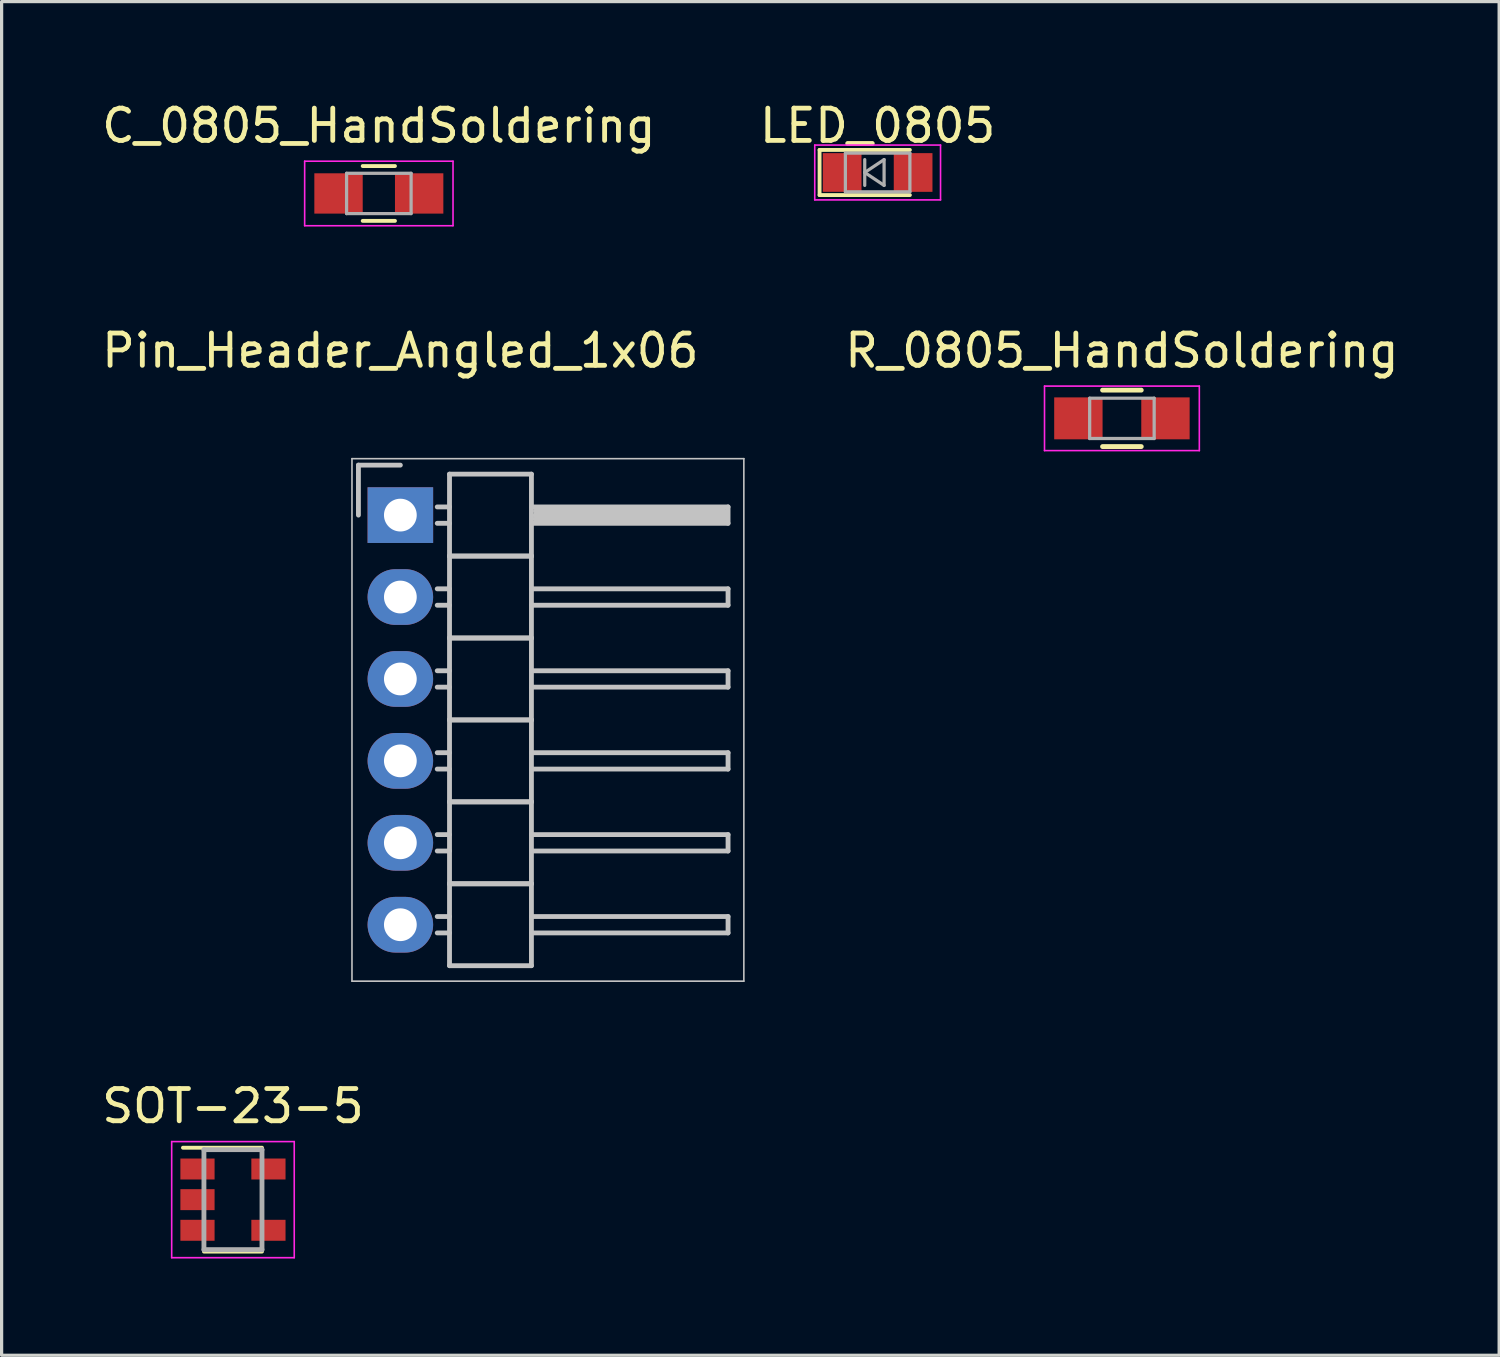
<source format=kicad_pcb>
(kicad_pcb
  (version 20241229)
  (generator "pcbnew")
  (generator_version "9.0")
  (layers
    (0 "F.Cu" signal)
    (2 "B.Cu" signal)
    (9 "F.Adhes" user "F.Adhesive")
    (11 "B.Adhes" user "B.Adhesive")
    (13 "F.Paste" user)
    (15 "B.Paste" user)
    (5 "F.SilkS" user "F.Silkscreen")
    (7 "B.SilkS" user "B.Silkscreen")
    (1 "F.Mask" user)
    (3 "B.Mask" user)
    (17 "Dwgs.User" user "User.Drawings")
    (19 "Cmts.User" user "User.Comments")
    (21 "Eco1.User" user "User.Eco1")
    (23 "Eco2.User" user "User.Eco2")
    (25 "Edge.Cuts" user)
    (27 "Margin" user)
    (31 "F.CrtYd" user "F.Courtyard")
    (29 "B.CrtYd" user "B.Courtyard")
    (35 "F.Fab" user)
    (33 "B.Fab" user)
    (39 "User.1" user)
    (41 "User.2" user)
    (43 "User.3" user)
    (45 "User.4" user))
  (footprint "Pin_Header_Angled_1x06"
    (layer "F.Cu")
    (at 9.363 12.921)
    (property "Reference" "Pin_Header_Angled_1x06" (at 0 -5.1 0) (layer "F.SilkS") (effects (font (size 1 1) (thickness 0.15))))
    (attr through_hole)
    (fp_line (start -1.5 -1.75) (end -1.5 14.45) (stroke (width 0.05) (type solid)) (layer "Dwgs.User"))
    (fp_line (start -1.5 -1.75) (end 10.65 -1.75) (stroke (width 0.05) (type solid)) (layer "Dwgs.User"))
    (fp_line (start -1.5 14.45) (end 10.65 14.45) (stroke (width 0.05) (type solid)) (layer "Dwgs.User"))
    (fp_line (start -1.3 -1.55) (end -1.3 0) (stroke (width 0.15) (type solid)) (layer "Dwgs.User"))
    (fp_line (start 0 -1.55) (end -1.3 -1.55) (stroke (width 0.15) (type solid)) (layer "Dwgs.User"))
    (fp_line (start 1.524 -1.27) (end 1.524 1.27) (stroke (width 0.15) (type solid)) (layer "Dwgs.User"))
    (fp_line (start 1.524 -1.27) (end 4.064 -1.27) (stroke (width 0.15) (type solid)) (layer "Dwgs.User"))
    (fp_line (start 1.524 -0.254) (end 1.143 -0.254) (stroke (width 0.15) (type solid)) (layer "Dwgs.User"))
    (fp_line (start 1.524 0.254) (end 1.143 0.254) (stroke (width 0.15) (type solid)) (layer "Dwgs.User"))
    (fp_line (start 1.524 1.27) (end 1.524 3.81) (stroke (width 0.15) (type solid)) (layer "Dwgs.User"))
    (fp_line (start 1.524 1.27) (end 4.064 1.27) (stroke (width 0.15) (type solid)) (layer "Dwgs.User"))
    (fp_line (start 1.524 1.27) (end 4.064 1.27) (stroke (width 0.15) (type solid)) (layer "Dwgs.User"))
    (fp_line (start 1.524 2.286) (end 1.143 2.286) (stroke (width 0.15) (type solid)) (layer "Dwgs.User"))
    (fp_line (start 1.524 2.794) (end 1.143 2.794) (stroke (width 0.15) (type solid)) (layer "Dwgs.User"))
    (fp_line (start 1.524 3.81) (end 1.524 6.35) (stroke (width 0.15) (type solid)) (layer "Dwgs.User"))
    (fp_line (start 1.524 3.81) (end 4.064 3.81) (stroke (width 0.15) (type solid)) (layer "Dwgs.User"))
    (fp_line (start 1.524 3.81) (end 4.064 3.81) (stroke (width 0.15) (type solid)) (layer "Dwgs.User"))
    (fp_line (start 1.524 4.826) (end 1.143 4.826) (stroke (width 0.15) (type solid)) (layer "Dwgs.User"))
    (fp_line (start 1.524 5.334) (end 1.143 5.334) (stroke (width 0.15) (type solid)) (layer "Dwgs.User"))
    (fp_line (start 1.524 6.35) (end 1.524 8.89) (stroke (width 0.15) (type solid)) (layer "Dwgs.User"))
    (fp_line (start 1.524 6.35) (end 4.064 6.35) (stroke (width 0.15) (type solid)) (layer "Dwgs.User"))
    (fp_line (start 1.524 6.35) (end 4.064 6.35) (stroke (width 0.15) (type solid)) (layer "Dwgs.User"))
    (fp_line (start 1.524 7.366) (end 1.143 7.366) (stroke (width 0.15) (type solid)) (layer "Dwgs.User"))
    (fp_line (start 1.524 7.874) (end 1.143 7.874) (stroke (width 0.15) (type solid)) (layer "Dwgs.User"))
    (fp_line (start 1.524 8.89) (end 1.524 11.43) (stroke (width 0.15) (type solid)) (layer "Dwgs.User"))
    (fp_line (start 1.524 8.89) (end 4.064 8.89) (stroke (width 0.15) (type solid)) (layer "Dwgs.User"))
    (fp_line (start 1.524 8.89) (end 4.064 8.89) (stroke (width 0.15) (type solid)) (layer "Dwgs.User"))
    (fp_line (start 1.524 9.906) (end 1.143 9.906) (stroke (width 0.15) (type solid)) (layer "Dwgs.User"))
    (fp_line (start 1.524 10.414) (end 1.143 10.414) (stroke (width 0.15) (type solid)) (layer "Dwgs.User"))
    (fp_line (start 1.524 11.43) (end 1.524 13.97) (stroke (width 0.15) (type solid)) (layer "Dwgs.User"))
    (fp_line (start 1.524 11.43) (end 4.064 11.43) (stroke (width 0.15) (type solid)) (layer "Dwgs.User"))
    (fp_line (start 1.524 11.43) (end 4.064 11.43) (stroke (width 0.15) (type solid)) (layer "Dwgs.User"))
    (fp_line (start 1.524 12.446) (end 1.143 12.446) (stroke (width 0.15) (type solid)) (layer "Dwgs.User"))
    (fp_line (start 1.524 12.954) (end 1.143 12.954) (stroke (width 0.15) (type solid)) (layer "Dwgs.User"))
    (fp_line (start 1.524 13.97) (end 4.064 13.97) (stroke (width 0.15) (type solid)) (layer "Dwgs.User"))
    (fp_line (start 4.064 -0.254) (end 10.16 -0.254) (stroke (width 0.15) (type solid)) (layer "Dwgs.User"))
    (fp_line (start 4.064 1.27) (end 4.064 -1.27) (stroke (width 0.15) (type solid)) (layer "Dwgs.User"))
    (fp_line (start 4.064 2.286) (end 10.16 2.286) (stroke (width 0.15) (type solid)) (layer "Dwgs.User"))
    (fp_line (start 4.064 3.81) (end 4.064 1.27) (stroke (width 0.15) (type solid)) (layer "Dwgs.User"))
    (fp_line (start 4.064 4.826) (end 10.16 4.826) (stroke (width 0.15) (type solid)) (layer "Dwgs.User"))
    (fp_line (start 4.064 6.35) (end 4.064 3.81) (stroke (width 0.15) (type solid)) (layer "Dwgs.User"))
    (fp_line (start 4.064 7.366) (end 10.16 7.366) (stroke (width 0.15) (type solid)) (layer "Dwgs.User"))
    (fp_line (start 4.064 8.89) (end 4.064 6.35) (stroke (width 0.15) (type solid)) (layer "Dwgs.User"))
    (fp_line (start 4.064 9.906) (end 10.16 9.906) (stroke (width 0.15) (type solid)) (layer "Dwgs.User"))
    (fp_line (start 4.064 11.43) (end 4.064 8.89) (stroke (width 0.15) (type solid)) (layer "Dwgs.User"))
    (fp_line (start 4.064 12.446) (end 10.16 12.446) (stroke (width 0.15) (type solid)) (layer "Dwgs.User"))
    (fp_line (start 4.064 13.97) (end 4.064 11.43) (stroke (width 0.15) (type solid)) (layer "Dwgs.User"))
    (fp_line (start 4.191 -0.127) (end 10.033 -0.127) (stroke (width 0.15) (type solid)) (layer "Dwgs.User"))
    (fp_line (start 4.191 0) (end 10.033 0) (stroke (width 0.15) (type solid)) (layer "Dwgs.User"))
    (fp_line (start 4.191 0.127) (end 4.191 0) (stroke (width 0.15) (type solid)) (layer "Dwgs.User"))
    (fp_line (start 10.033 -0.127) (end 10.033 0.127) (stroke (width 0.15) (type solid)) (layer "Dwgs.User"))
    (fp_line (start 10.033 0.127) (end 4.191 0.127) (stroke (width 0.15) (type solid)) (layer "Dwgs.User"))
    (fp_line (start 10.16 -0.254) (end 10.16 0.254) (stroke (width 0.15) (type solid)) (layer "Dwgs.User"))
    (fp_line (start 10.16 0.254) (end 4.064 0.254) (stroke (width 0.15) (type solid)) (layer "Dwgs.User"))
    (fp_line (start 10.16 2.286) (end 10.16 2.794) (stroke (width 0.15) (type solid)) (layer "Dwgs.User"))
    (fp_line (start 10.16 2.794) (end 4.064 2.794) (stroke (width 0.15) (type solid)) (layer "Dwgs.User"))
    (fp_line (start 10.16 4.826) (end 10.16 5.334) (stroke (width 0.15) (type solid)) (layer "Dwgs.User"))
    (fp_line (start 10.16 5.334) (end 4.064 5.334) (stroke (width 0.15) (type solid)) (layer "Dwgs.User"))
    (fp_line (start 10.16 7.366) (end 10.16 7.874) (stroke (width 0.15) (type solid)) (layer "Dwgs.User"))
    (fp_line (start 10.16 7.874) (end 4.064 7.874) (stroke (width 0.15) (type solid)) (layer "Dwgs.User"))
    (fp_line (start 10.16 9.906) (end 10.16 10.414) (stroke (width 0.15) (type solid)) (layer "Dwgs.User"))
    (fp_line (start 10.16 10.414) (end 4.064 10.414) (stroke (width 0.15) (type solid)) (layer "Dwgs.User"))
    (fp_line (start 10.16 12.446) (end 10.16 12.954) (stroke (width 0.15) (type solid)) (layer "Dwgs.User"))
    (fp_line (start 10.16 12.954) (end 4.064 12.954) (stroke (width 0.15) (type solid)) (layer "Dwgs.User"))
    (fp_line (start 10.65 -1.75) (end 10.65 14.45) (stroke (width 0.05) (type solid)) (layer "Dwgs.User"))
    (pad "1" thru_hole rect (at 0 0) (size 2.032 1.727) (drill 1.016) (layers "*.Cu" "*.Mask"))
    (pad "2" thru_hole oval (at 0 2.54) (size 2.032 1.727) (drill 1.016) (layers "*.Cu" "*.Mask"))
    (pad "3" thru_hole oval (at 0 5.08) (size 2.032 1.727) (drill 1.016) (layers "*.Cu" "*.Mask"))
    (pad "4" thru_hole oval (at 0 7.62) (size 2.032 1.727) (drill 1.016) (layers "*.Cu" "*.Mask"))
    (pad "5" thru_hole oval (at 0 10.16) (size 2.032 1.727) (drill 1.016) (layers "*.Cu" "*.Mask"))
    (pad "6" thru_hole oval (at 0 12.7) (size 2.032 1.727) (drill 1.016) (layers "*.Cu" "*.Mask")))
  (footprint "C_0805_HandSoldering"
    (layer "F.Cu")
    (at 8.696 2.948)
    (property "Reference" "C_0805_HandSoldering" (at 0 -2.1 0) (layer "F.SilkS") (effects (font (size 1 1) (thickness 0.15))))
    (attr smd)
    (fp_line (start -0.5 0.85) (end 0.5 0.85) (stroke (width 0.12) (type solid)) (layer "F.SilkS"))
    (fp_line (start 0.5 -0.85) (end -0.5 -0.85) (stroke (width 0.12) (type solid)) (layer "F.SilkS"))
    (fp_line (start -2.3 -1) (end -2.3 1) (stroke (width 0.05) (type solid)) (layer "F.CrtYd"))
    (fp_line (start -2.3 -1) (end 2.3 -1) (stroke (width 0.05) (type solid)) (layer "F.CrtYd"))
    (fp_line (start -2.3 1) (end 2.3 1) (stroke (width 0.05) (type solid)) (layer "F.CrtYd"))
    (fp_line (start 2.3 -1) (end 2.3 1) (stroke (width 0.05) (type solid)) (layer "F.CrtYd"))
    (fp_line (start -1 -0.625) (end 1 -0.625) (stroke (width 0.1) (type solid)) (layer "F.Fab"))
    (fp_line (start -1 0.625) (end -1 -0.625) (stroke (width 0.1) (type solid)) (layer "F.Fab"))
    (fp_line (start 1 -0.625) (end 1 0.625) (stroke (width 0.1) (type solid)) (layer "F.Fab"))
    (fp_line (start 1 0.625) (end -1 0.625) (stroke (width 0.1) (type solid)) (layer "F.Fab"))
    (pad "1" smd rect (at -1.25 0) (size 1.5 1.25) (layers "F.Cu" "F.Mask" "F.Paste"))
    (pad "2" smd rect (at 1.25 0) (size 1.5 1.25) (layers "F.Cu" "F.Mask" "F.Paste")))
  (footprint "SOT-23-5"
    (layer "F.Cu")
    (at 4.173 34.145)
    (property "Reference" "SOT-23-5" (at 0 -2.9 0) (layer "F.SilkS") (effects (font (size 1 1) (thickness 0.15))))
    (attr smd)
    (fp_line (start -0.9 1.61) (end 0.9 1.61) (stroke (width 0.12) (type solid)) (layer "F.SilkS"))
    (fp_line (start 0.9 -1.61) (end -1.55 -1.61) (stroke (width 0.12) (type solid)) (layer "F.SilkS"))
    (fp_line (start -1.9 -1.8) (end 1.9 -1.8) (stroke (width 0.05) (type solid)) (layer "F.CrtYd"))
    (fp_line (start -1.9 1.8) (end -1.9 -1.8) (stroke (width 0.05) (type solid)) (layer "F.CrtYd"))
    (fp_line (start 1.9 -1.8) (end 1.9 1.8) (stroke (width 0.05) (type solid)) (layer "F.CrtYd"))
    (fp_line (start 1.9 1.8) (end -1.9 1.8) (stroke (width 0.05) (type solid)) (layer "F.CrtYd"))
    (fp_line (start -0.9 -1.55) (end -0.9 1.55) (stroke (width 0.15) (type solid)) (layer "F.Fab"))
    (fp_line (start 0.9 -1.55) (end -0.9 -1.55) (stroke (width 0.15) (type solid)) (layer "F.Fab"))
    (fp_line (start 0.9 -1.55) (end 0.9 1.55) (stroke (width 0.15) (type solid)) (layer "F.Fab"))
    (fp_line (start 0.9 1.55) (end -0.9 1.55) (stroke (width 0.15) (type solid)) (layer "F.Fab"))
    (pad "1" smd rect (at -1.1 -0.95) (size 1.06 0.65) (layers "F.Cu" "F.Mask" "F.Paste"))
    (pad "2" smd rect (at -1.1 0) (size 1.06 0.65) (layers "F.Cu" "F.Mask" "F.Paste"))
    (pad "3" smd rect (at -1.1 0.95) (size 1.06 0.65) (layers "F.Cu" "F.Mask" "F.Paste"))
    (pad "4" smd rect (at 1.1 0.95) (size 1.06 0.65) (layers "F.Cu" "F.Mask" "F.Paste"))
    (pad "5" smd rect (at 1.1 -0.95) (size 1.06 0.65) (layers "F.Cu" "F.Mask" "F.Paste")))
  (footprint "R_0805_HandSoldering"
    (layer "F.Cu")
    (at 31.735 9.921)
    (property "Reference" "R_0805_HandSoldering" (at 0 -2.1 0) (layer "F.SilkS") (effects (font (size 1 1) (thickness 0.15))))
    (attr smd)
    (fp_line (start -0.6 -0.875) (end 0.6 -0.875) (stroke (width 0.15) (type solid)) (layer "F.SilkS"))
    (fp_line (start 0.6 0.875) (end -0.6 0.875) (stroke (width 0.15) (type solid)) (layer "F.SilkS"))
    (fp_line (start -2.4 -1) (end -2.4 1) (stroke (width 0.05) (type solid)) (layer "F.CrtYd"))
    (fp_line (start -2.4 -1) (end 2.4 -1) (stroke (width 0.05) (type solid)) (layer "F.CrtYd"))
    (fp_line (start -2.4 1) (end 2.4 1) (stroke (width 0.05) (type solid)) (layer "F.CrtYd"))
    (fp_line (start 2.4 -1) (end 2.4 1) (stroke (width 0.05) (type solid)) (layer "F.CrtYd"))
    (fp_line (start -1 -0.625) (end 1 -0.625) (stroke (width 0.1) (type solid)) (layer "F.Fab"))
    (fp_line (start -1 0.625) (end -1 -0.625) (stroke (width 0.1) (type solid)) (layer "F.Fab"))
    (fp_line (start 1 -0.625) (end 1 0.625) (stroke (width 0.1) (type solid)) (layer "F.Fab"))
    (fp_line (start 1 0.625) (end -1 0.625) (stroke (width 0.1) (type solid)) (layer "F.Fab"))
    (pad "1" smd rect (at -1.35 0) (size 1.5 1.3) (layers "F.Cu" "F.Mask" "F.Paste"))
    (pad "2" smd rect (at 1.35 0) (size 1.5 1.3) (layers "F.Cu" "F.Mask" "F.Paste")))
  (footprint "LED_0805"
    (layer "F.Cu")
    (at 24.161 2.298)
    (property "Reference" "LED_0805" (at 0 -1.45 0) (layer "F.SilkS") (effects (font (size 1 1) (thickness 0.15))))
    (attr smd)
    (fp_line (start -1.8 -0.7) (end -1.8 0.7) (stroke (width 0.12) (type solid)) (layer "F.SilkS"))
    (fp_line (start -1.8 -0.7) (end 1 -0.7) (stroke (width 0.12) (type solid)) (layer "F.SilkS"))
    (fp_line (start -1.8 0.7) (end 1 0.7) (stroke (width 0.12) (type solid)) (layer "F.SilkS"))
    (fp_line (start -1.95 -0.85) (end 1.95 -0.85) (stroke (width 0.05) (type solid)) (layer "F.CrtYd"))
    (fp_line (start -1.95 0.85) (end -1.95 -0.85) (stroke (width 0.05) (type solid)) (layer "F.CrtYd"))
    (fp_line (start 1.95 -0.85) (end 1.95 0.85) (stroke (width 0.05) (type solid)) (layer "F.CrtYd"))
    (fp_line (start 1.95 0.85) (end -1.95 0.85) (stroke (width 0.05) (type solid)) (layer "F.CrtYd"))
    (fp_line (start -1 -0.6) (end 1 -0.6) (stroke (width 0.1) (type solid)) (layer "F.Fab"))
    (fp_line (start -1 0.6) (end -1 -0.6) (stroke (width 0.1) (type solid)) (layer "F.Fab"))
    (fp_line (start -0.4 -0.4) (end -0.4 0.4) (stroke (width 0.1) (type solid)) (layer "F.Fab"))
    (fp_line (start -0.4 0) (end 0.2 -0.4) (stroke (width 0.1) (type solid)) (layer "F.Fab"))
    (fp_line (start 0.2 -0.4) (end 0.2 0.4) (stroke (width 0.1) (type solid)) (layer "F.Fab"))
    (fp_line (start 0.2 0.4) (end -0.4 0) (stroke (width 0.1) (type solid)) (layer "F.Fab"))
    (fp_line (start 1 -0.6) (end 1 0.6) (stroke (width 0.1) (type solid)) (layer "F.Fab"))
    (fp_line (start 1 0.6) (end -1 0.6) (stroke (width 0.1) (type solid)) (layer "F.Fab"))
    (pad "1" smd rect (at -1.1 0 180) (size 1.2 1.2) (layers "F.Cu" "F.Mask" "F.Paste"))
    (pad "2" smd rect (at 1.1 0 180) (size 1.2 1.2) (layers "F.Cu" "F.Mask" "F.Paste")))
  (gr_rect
    (start -3 -3)
    (end 43.431 38.97)
    (stroke (width 0.1) (type default))
    (fill no)
    (layer "Edge.Cuts")))
</source>
